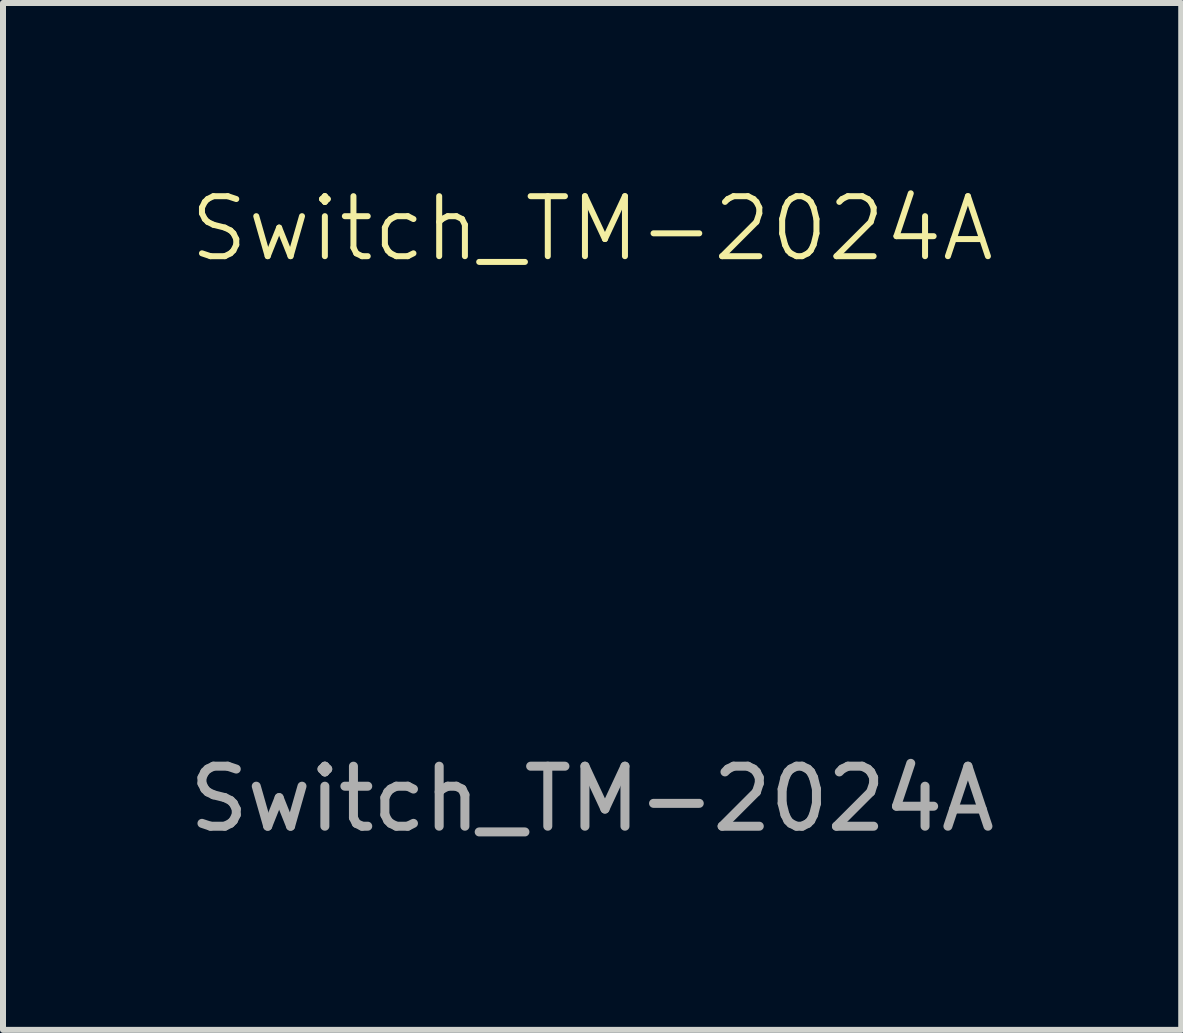
<source format=kicad_pcb>
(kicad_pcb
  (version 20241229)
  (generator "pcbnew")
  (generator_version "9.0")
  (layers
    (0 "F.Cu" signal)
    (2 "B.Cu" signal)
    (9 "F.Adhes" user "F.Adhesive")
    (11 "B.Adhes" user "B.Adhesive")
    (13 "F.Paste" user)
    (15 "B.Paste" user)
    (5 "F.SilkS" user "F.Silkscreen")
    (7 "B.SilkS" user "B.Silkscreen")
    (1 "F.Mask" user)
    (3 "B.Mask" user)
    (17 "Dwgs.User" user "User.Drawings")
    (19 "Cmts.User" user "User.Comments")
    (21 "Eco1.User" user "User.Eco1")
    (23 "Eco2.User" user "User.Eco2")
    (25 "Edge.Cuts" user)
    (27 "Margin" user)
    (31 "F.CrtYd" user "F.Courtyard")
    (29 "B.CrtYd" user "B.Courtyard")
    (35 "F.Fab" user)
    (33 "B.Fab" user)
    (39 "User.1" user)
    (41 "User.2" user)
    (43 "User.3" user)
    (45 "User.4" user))
  (footprint "Switch_TM-2024A"
    (layer "F.Cu")
    (at 6.815 7.761)
    (property "Reference" "Switch_TM-2024A" (at 0 -7 0) (unlocked yes) (layer "F.SilkS") (effects (font (size 1 1) (thickness 0.1))))
    (attr smd)
    (fp_text user "${REFERENCE}" (at 0 2.5 0) (unlocked yes) (layer "F.Fab") (effects (font (size 1 1) (thickness 0.15)))))
  (gr_rect
    (start -3 -3)
    (end 16.631 14.109)
    (stroke (width 0.1) (type default))
    (fill no)
    (layer "Edge.Cuts")))
</source>
